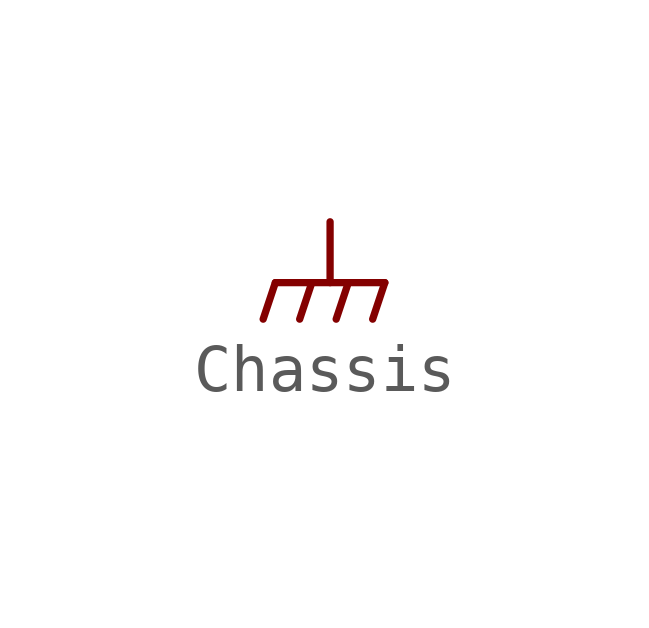
<source format=kicad_sym>
(kicad_symbol_lib
  (version 20211014)
  (generator kicad_symbol_editor)
  (symbol "Chassis"
    (power)
    (pin_numbers hide)
    (pin_names
      (offset 0))
    (property "Reference" "#PWR"
      (at 0 1.143 0)
      (effects (font (size 0.508 0.508)) hide))
    (property "Footprint" ""
      (at 0 0 0)
      (effects (font (size 1.524 1.524))))
    (property "Datasheet" ""
      (at 0 0 0)
      (effects (font (size 1.524 1.524))))
    (symbol "Chassis_0_0"
      (pin power_in line (at 0 0 90) (length 0) hide (name "Chassis" (effects (font (size 0.635 0.635)))) (number "~" (effects (font (size 0.635 0.635))))))
    (symbol "Chassis_0_1"
      (polyline (pts (xy -1.143 -1.27) (xy -1.397 -2.032)) (stroke (width 0) (type default) (color 0 0 0 0)) (fill (type none)))
      (polyline (pts (xy -1.143 -1.27) (xy 1.143 -1.27)) (stroke (width 0) (type default) (color 0 0 0 0)) (fill (type none)))
      (polyline (pts (xy -0.381 -1.27) (xy -0.635 -2.032)) (stroke (width 0) (type default) (color 0 0 0 0)) (fill (type none)))
      (polyline (pts (xy 0 -1.27) (xy 0 0)) (stroke (width 0) (type default) (color 0 0 0 0)) (fill (type none)))
      (polyline (pts (xy 0.381 -1.27) (xy 0.127 -2.032)) (stroke (width 0) (type default) (color 0 0 0 0)) (fill (type none)))
      (polyline (pts (xy 1.143 -1.27) (xy 0.889 -2.032)) (stroke (width 0) (type default) (color 0 0 0 0)) (fill (type none))))))
</source>
